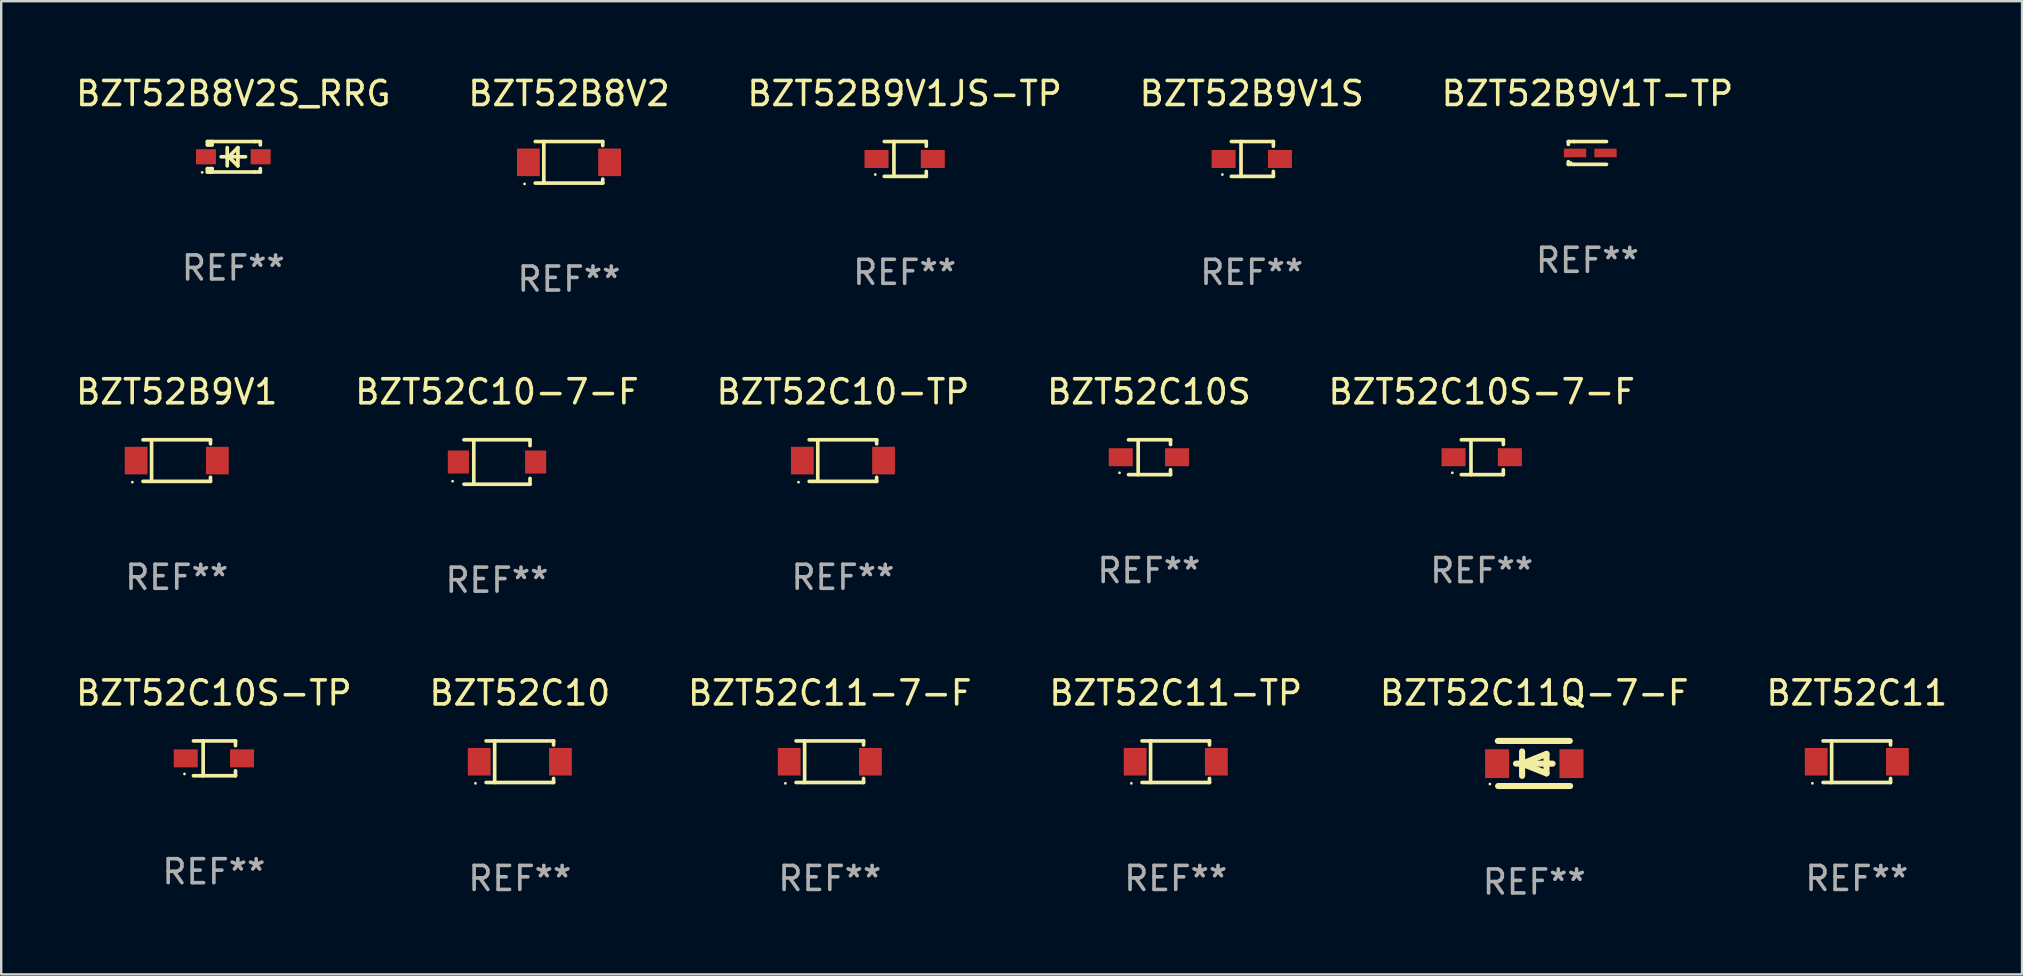
<source format=kicad_pcb>
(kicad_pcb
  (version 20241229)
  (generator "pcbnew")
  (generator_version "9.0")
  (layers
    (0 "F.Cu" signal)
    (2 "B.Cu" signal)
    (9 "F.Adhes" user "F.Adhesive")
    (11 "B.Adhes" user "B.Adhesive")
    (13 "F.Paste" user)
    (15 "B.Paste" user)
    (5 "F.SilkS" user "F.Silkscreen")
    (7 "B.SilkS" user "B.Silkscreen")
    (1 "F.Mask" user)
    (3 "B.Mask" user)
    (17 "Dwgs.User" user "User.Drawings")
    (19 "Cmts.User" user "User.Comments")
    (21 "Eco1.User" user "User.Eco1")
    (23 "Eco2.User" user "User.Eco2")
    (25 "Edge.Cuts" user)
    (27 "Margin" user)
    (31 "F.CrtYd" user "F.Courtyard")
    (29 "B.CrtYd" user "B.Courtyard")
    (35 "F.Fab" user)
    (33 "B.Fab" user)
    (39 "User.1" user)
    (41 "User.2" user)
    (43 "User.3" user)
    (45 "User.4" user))
  (footprint "BZT52C10S-7-F"
    (layer "F.Cu")
    (at 58.696 16.003)
    (property "Reference" "BZT52C10S-7-F" (at 0 -2.726 0) (layer "F.SilkS") (effects (font (size 1 1) (thickness 0.15))))
    (attr through_hole)
    (fp_line (start -0.851 -0.726) (end 0.901 -0.726) (stroke (width 0.152) (type solid)) (layer "F.SilkS"))
    (fp_line (start -0.851 0.726) (end 0.901 0.726) (stroke (width 0.152) (type solid)) (layer "F.SilkS"))
    (fp_line (start -0.447 -0.726) (end -0.447 0.726) (stroke (width 0.152) (type solid)) (layer "F.SilkS"))
    (fp_line (start 0.901 -0.726) (end 0.901 -0.53) (stroke (width 0.152) (type solid)) (layer "F.SilkS"))
    (fp_line (start 0.901 0.726) (end 0.901 0.52) (stroke (width 0.152) (type solid)) (layer "F.SilkS"))
    (fp_circle (center -1.225 0.65) (end -1.195 0.65) (stroke (width 0.06) (type solid)) (fill no) (layer "F.SilkS"))
    (fp_text user "REF**" (at 0 4.726 0) (layer "F.Fab") (effects (font (size 1 1) (thickness 0.15))))
    (pad "1" smd rect (at -1.173 0) (size 1 0.75) (layers "F.Cu" "F.Mask" "F.Paste"))
    (pad "2" smd rect (at 1.173 0) (size 1 0.75) (layers "F.Cu" "F.Mask" "F.Paste")))
  (footprint "BZT52B9V1T-TP"
    (layer "F.Cu")
    (at 63.101 3.324)
    (property "Reference" "BZT52B9V1T-TP" (at 0 -2.476 0) (layer "F.SilkS") (effects (font (size 1 1) (thickness 0.15))))
    (attr through_hole)
    (fp_line (start -0.795 -0.476) (end -0.795 -0.356) (stroke (width 0.152) (type solid)) (layer "F.SilkS"))
    (fp_line (start -0.795 0.363) (end -0.795 0.476) (stroke (width 0.152) (type solid)) (layer "F.SilkS"))
    (fp_line (start -0.795 0.476) (end -0.557 0.476) (stroke (width 0.152) (type solid)) (layer "F.SilkS"))
    (fp_line (start -0.557 -0.476) (end -0.795 -0.476) (stroke (width 0.152) (type solid)) (layer "F.SilkS"))
    (fp_line (start -0.557 -0.476) (end 0.795 -0.476) (stroke (width 0.152) (type solid)) (layer "F.SilkS"))
    (fp_line (start -0.557 0.476) (end 0.795 0.476) (stroke (width 0.152) (type solid)) (layer "F.SilkS"))
    (fp_circle (center -0.681 0.4) (end -0.651 0.4) (stroke (width 0.06) (type solid)) (fill no) (layer "F.SilkS"))
    (fp_text user "REF**" (at 0 4.476 0) (layer "F.Fab") (effects (font (size 1 1) (thickness 0.15))))
    (pad "1" smd rect (at -0.516 0 180) (size 0.93 0.36) (layers "F.Cu" "F.Mask" "F.Paste"))
    (pad "2" smd rect (at 0.754 0 180) (size 0.93 0.36) (layers "F.Cu" "F.Mask" "F.Paste")))
  (footprint "BZT52C10-7-F"
    (layer "F.Cu")
    (at 17.661 16.203)
    (property "Reference" "BZT52C10-7-F" (at 0 -2.926 0) (layer "F.SilkS") (effects (font (size 1 1) (thickness 0.15))))
    (attr through_hole)
    (fp_line (start -1.376 -0.926) (end 1.376 -0.926) (stroke (width 0.152) (type solid)) (layer "F.SilkS"))
    (fp_line (start -1.376 0.926) (end 1.376 0.926) (stroke (width 0.152) (type solid)) (layer "F.SilkS"))
    (fp_line (start -0.967 -0.926) (end -0.967 0.926) (stroke (width 0.152) (type solid)) (layer "F.SilkS"))
    (fp_line (start 1.376 -0.926) (end 1.376 -0.683) (stroke (width 0.152) (type solid)) (layer "F.SilkS"))
    (fp_line (start 1.376 0.926) (end 1.376 0.683) (stroke (width 0.152) (type solid)) (layer "F.SilkS"))
    (fp_circle (center -1.85 0.8) (end -1.82 0.8) (stroke (width 0.06) (type solid)) (fill no) (layer "F.SilkS"))
    (fp_text user "REF**" (at 0 4.926 0) (layer "F.Fab") (effects (font (size 1 1) (thickness 0.15))))
    (pad "1" smd rect (at -1.61 0) (size 0.88 0.96) (layers "F.Cu" "F.Mask" "F.Paste"))
    (pad "2" smd rect (at 1.61 0) (size 0.88 0.96) (layers "F.Cu" "F.Mask" "F.Paste")))
  (footprint "BZT52B9V1JS-TP"
    (layer "F.Cu")
    (at 34.649 3.574)
    (property "Reference" "BZT52B9V1JS-TP" (at 0 -2.726 0) (layer "F.SilkS") (effects (font (size 1 1) (thickness 0.15))))
    (attr through_hole)
    (fp_line (start -0.851 -0.726) (end 0.901 -0.726) (stroke (width 0.152) (type solid)) (layer "F.SilkS"))
    (fp_line (start -0.851 0.726) (end 0.901 0.726) (stroke (width 0.152) (type solid)) (layer "F.SilkS"))
    (fp_line (start -0.447 -0.726) (end -0.447 0.726) (stroke (width 0.152) (type solid)) (layer "F.SilkS"))
    (fp_line (start 0.901 -0.726) (end 0.901 -0.53) (stroke (width 0.152) (type solid)) (layer "F.SilkS"))
    (fp_line (start 0.901 0.726) (end 0.901 0.52) (stroke (width 0.152) (type solid)) (layer "F.SilkS"))
    (fp_circle (center -1.225 0.65) (end -1.195 0.65) (stroke (width 0.06) (type solid)) (fill no) (layer "F.SilkS"))
    (fp_text user "REF**" (at 0 4.726 0) (layer "F.Fab") (effects (font (size 1 1) (thickness 0.15))))
    (pad "1" smd rect (at -1.173 0) (size 1 0.75) (layers "F.Cu" "F.Mask" "F.Paste"))
    (pad "2" smd rect (at 1.173 0) (size 1 0.75) (layers "F.Cu" "F.Mask" "F.Paste")))
  (footprint "BZT52B8V2"
    (layer "F.Cu")
    (at 20.661 3.714)
    (property "Reference" "BZT52B8V2" (at 0 -2.866 0) (layer "F.SilkS") (effects (font (size 1 1) (thickness 0.15))))
    (attr through_hole)
    (fp_line (start -1.406 -0.866) (end 1.406 -0.866) (stroke (width 0.152) (type solid)) (layer "F.SilkS"))
    (fp_line (start -1.406 0.866) (end 1.406 0.866) (stroke (width 0.152) (type solid)) (layer "F.SilkS"))
    (fp_line (start -1.049 -0.866) (end -1.049 0.866) (stroke (width 0.152) (type solid)) (layer "F.SilkS"))
    (fp_line (start 1.406 -0.866) (end 1.406 -0.698) (stroke (width 0.152) (type solid)) (layer "F.SilkS"))
    (fp_line (start 1.406 0.866) (end 1.406 0.698) (stroke (width 0.152) (type solid)) (layer "F.SilkS"))
    (fp_circle (center -1.851 0.9) (end -1.821 0.9) (stroke (width 0.06) (type solid)) (fill no) (layer "F.SilkS"))
    (fp_text user "REF**" (at 0 4.866 0) (layer "F.Fab") (effects (font (size 1 1) (thickness 0.15))))
    (pad "1" smd rect (at -1.692 0) (size 0.95 1.15) (layers "F.Cu" "F.Mask" "F.Paste"))
    (pad "2" smd rect (at 1.692 0) (size 0.95 1.15) (layers "F.Cu" "F.Mask" "F.Paste")))
  (footprint "BZT52C11-7-F"
    (layer "F.Cu")
    (at 31.53 28.692)
    (property "Reference" "BZT52C11-7-F" (at 0 -2.866 0) (layer "F.SilkS") (effects (font (size 1 1) (thickness 0.15))))
    (attr through_hole)
    (fp_line (start -1.406 -0.866) (end 1.406 -0.866) (stroke (width 0.152) (type solid)) (layer "F.SilkS"))
    (fp_line (start -1.406 0.866) (end 1.406 0.866) (stroke (width 0.152) (type solid)) (layer "F.SilkS"))
    (fp_line (start -1.049 -0.866) (end -1.049 0.866) (stroke (width 0.152) (type solid)) (layer "F.SilkS"))
    (fp_line (start 1.406 -0.866) (end 1.406 -0.698) (stroke (width 0.152) (type solid)) (layer "F.SilkS"))
    (fp_line (start 1.406 0.866) (end 1.406 0.698) (stroke (width 0.152) (type solid)) (layer "F.SilkS"))
    (fp_circle (center -1.851 0.9) (end -1.821 0.9) (stroke (width 0.06) (type solid)) (fill no) (layer "F.SilkS"))
    (fp_text user "REF**" (at 0 4.866 0) (layer "F.Fab") (effects (font (size 1 1) (thickness 0.15))))
    (pad "1" smd rect (at -1.692 0) (size 0.95 1.15) (layers "F.Cu" "F.Mask" "F.Paste"))
    (pad "2" smd rect (at 1.692 0) (size 0.95 1.15) (layers "F.Cu" "F.Mask" "F.Paste")))
  (footprint "BZT52C10-TP"
    (layer "F.Cu")
    (at 32.077 16.143)
    (property "Reference" "BZT52C10-TP" (at 0 -2.866 0) (layer "F.SilkS") (effects (font (size 1 1) (thickness 0.15))))
    (attr through_hole)
    (fp_line (start -1.406 -0.866) (end 1.406 -0.866) (stroke (width 0.152) (type solid)) (layer "F.SilkS"))
    (fp_line (start -1.406 0.866) (end 1.406 0.866) (stroke (width 0.152) (type solid)) (layer "F.SilkS"))
    (fp_line (start -1.049 -0.866) (end -1.049 0.866) (stroke (width 0.152) (type solid)) (layer "F.SilkS"))
    (fp_line (start 1.406 -0.866) (end 1.406 -0.698) (stroke (width 0.152) (type solid)) (layer "F.SilkS"))
    (fp_line (start 1.406 0.866) (end 1.406 0.698) (stroke (width 0.152) (type solid)) (layer "F.SilkS"))
    (fp_circle (center -1.851 0.9) (end -1.821 0.9) (stroke (width 0.06) (type solid)) (fill no) (layer "F.SilkS"))
    (fp_text user "REF**" (at 0 4.866 0) (layer "F.Fab") (effects (font (size 1 1) (thickness 0.15))))
    (pad "1" smd rect (at -1.692 0) (size 0.95 1.15) (layers "F.Cu" "F.Mask" "F.Paste"))
    (pad "2" smd rect (at 1.692 0) (size 0.95 1.15) (layers "F.Cu" "F.Mask" "F.Paste")))
  (footprint "BZT52B9V1S"
    (layer "F.Cu")
    (at 49.113 3.574)
    (property "Reference" "BZT52B9V1S" (at 0 -2.726 0) (layer "F.SilkS") (effects (font (size 1 1) (thickness 0.15))))
    (attr through_hole)
    (fp_line (start -0.851 -0.726) (end 0.901 -0.726) (stroke (width 0.152) (type solid)) (layer "F.SilkS"))
    (fp_line (start -0.851 0.726) (end 0.901 0.726) (stroke (width 0.152) (type solid)) (layer "F.SilkS"))
    (fp_line (start -0.447 -0.726) (end -0.447 0.726) (stroke (width 0.152) (type solid)) (layer "F.SilkS"))
    (fp_line (start 0.901 -0.726) (end 0.901 -0.53) (stroke (width 0.152) (type solid)) (layer "F.SilkS"))
    (fp_line (start 0.901 0.726) (end 0.901 0.52) (stroke (width 0.152) (type solid)) (layer "F.SilkS"))
    (fp_circle (center -1.225 0.65) (end -1.195 0.65) (stroke (width 0.06) (type solid)) (fill no) (layer "F.SilkS"))
    (fp_text user "REF**" (at 0 4.726 0) (layer "F.Fab") (effects (font (size 1 1) (thickness 0.15))))
    (pad "1" smd rect (at -1.173 0) (size 1 0.75) (layers "F.Cu" "F.Mask" "F.Paste"))
    (pad "2" smd rect (at 1.173 0) (size 1 0.75) (layers "F.Cu" "F.Mask" "F.Paste")))
  (footprint "BZT52C11Q-7-F"
    (layer "F.Cu")
    (at 60.887 28.766)
    (property "Reference" "BZT52C11Q-7-F" (at 0 -2.94 0) (layer "F.SilkS") (effects (font (size 1 1) (thickness 0.15))))
    (attr through_hole)
    (fp_line (start -1.52 -0.94) (end 1.48 -0.94) (stroke (width 0.254) (type solid)) (layer "F.SilkS"))
    (fp_line (start -1.507 0.94) (end 1.493 0.94) (stroke (width 0.254) (type solid)) (layer "F.SilkS"))
    (fp_line (start -0.762 0.007) (end 0.762 0.007) (stroke (width 0.254) (type solid)) (layer "F.SilkS"))
    (fp_line (start -0.508 -0.501) (end -0.508 0.515) (stroke (width 0.254) (type solid)) (layer "F.SilkS"))
    (fp_line (start -0.508 0.007) (end 0.508 -0.4) (stroke (width 0.254) (type solid)) (layer "F.SilkS"))
    (fp_line (start 0.508 -0.4) (end 0.508 0.413) (stroke (width 0.254) (type solid)) (layer "F.SilkS"))
    (fp_line (start 0.508 0.413) (end -0.508 0.007) (stroke (width 0.254) (type solid)) (layer "F.SilkS"))
    (fp_circle (center -1.85 0.857) (end -1.82 0.857) (stroke (width 0.06) (type solid)) (fill no) (layer "F.SilkS"))
    (fp_text user "REF**" (at 0 4.94 0) (layer "F.Fab") (effects (font (size 1 1) (thickness 0.15))))
    (pad "1" smd rect (at -1.55 0.007) (size 1 1.2) (layers "F.Cu" "F.Mask" "F.Paste"))
    (pad "2" smd rect (at 1.55 0.007) (size 1 1.2) (layers "F.Cu" "F.Mask" "F.Paste")))
  (footprint "BZT52B8V2S_RRG"
    (layer "F.Cu")
    (at 6.673 3.483)
    (property "Reference" "BZT52B8V2S_RRG" (at 0 -2.635 0) (layer "F.SilkS") (effects (font (size 1 1) (thickness 0.15))))
    (attr through_hole)
    (fp_line (start -1.08 -0.635) (end -1.08 -0.495) (stroke (width 0.152) (type solid)) (layer "F.SilkS"))
    (fp_line (start -1.08 0.495) (end -1.08 0.635) (stroke (width 0.152) (type solid)) (layer "F.SilkS"))
    (fp_line (start -1.08 0.495) (end -0.889 0.495) (stroke (width 0.152) (type solid)) (layer "F.SilkS"))
    (fp_line (start -1.08 0.635) (end -0.889 0.635) (stroke (width 0.152) (type solid)) (layer "F.SilkS"))
    (fp_line (start -1.003 0.635) (end -0.986 0.635) (stroke (width 0.152) (type solid)) (layer "F.SilkS"))
    (fp_line (start -0.986 -0.495) (end -0.986 -0.635) (stroke (width 0.152) (type solid)) (layer "F.SilkS"))
    (fp_line (start -0.986 0.635) (end -0.986 0.495) (stroke (width 0.152) (type solid)) (layer "F.SilkS"))
    (fp_line (start -0.889 -0.635) (end -1.08 -0.635) (stroke (width 0.152) (type solid)) (layer "F.SilkS"))
    (fp_line (start -0.889 -0.635) (end -0.889 -0.595) (stroke (width 0.152) (type solid)) (layer "F.SilkS"))
    (fp_line (start -0.889 -0.635) (end 0.889 -0.635) (stroke (width 0.152) (type solid)) (layer "F.SilkS"))
    (fp_line (start -0.889 -0.595) (end -0.889 -0.495) (stroke (width 0.152) (type solid)) (layer "F.SilkS"))
    (fp_line (start -0.889 -0.495) (end -1.08 -0.495) (stroke (width 0.152) (type solid)) (layer "F.SilkS"))
    (fp_line (start -0.889 0.495) (end -0.889 0.595) (stroke (width 0.152) (type solid)) (layer "F.SilkS"))
    (fp_line (start -0.889 0.495) (end -0.889 0.495) (stroke (width 0.152) (type solid)) (layer "F.SilkS"))
    (fp_line (start -0.889 0.595) (end -0.889 0.635) (stroke (width 0.152) (type solid)) (layer "F.SilkS"))
    (fp_line (start -0.889 0.635) (end 0.889 0.635) (stroke (width 0.152) (type solid)) (layer "F.SilkS"))
    (fp_line (start -0.254 -0.381) (end -0.254 0.381) (stroke (width 0.152) (type solid)) (layer "F.SilkS"))
    (fp_line (start -0.191 0) (end -0.191 0) (stroke (width 0.152) (type solid)) (layer "F.SilkS"))
    (fp_line (start -0.191 0) (end 0.191 -0.381) (stroke (width 0.152) (type solid)) (layer "F.SilkS"))
    (fp_line (start 0.191 -0.381) (end 0.191 0.381) (stroke (width 0.152) (type solid)) (layer "F.SilkS"))
    (fp_line (start 0.191 0.381) (end -0.191 0) (stroke (width 0.152) (type solid)) (layer "F.SilkS"))
    (fp_line (start 0.508 0) (end -0.508 0) (stroke (width 0.152) (type solid)) (layer "F.SilkS"))
    (fp_line (start 0.889 -0.635) (end 1.125 -0.635) (stroke (width 0.152) (type solid)) (layer "F.SilkS"))
    (fp_line (start 1.125 -0.635) (end 1.125 -0.495) (stroke (width 0.152) (type solid)) (layer "F.SilkS"))
    (fp_line (start 1.125 0.495) (end 1.125 0.635) (stroke (width 0.152) (type solid)) (layer "F.SilkS"))
    (fp_line (start 1.125 0.635) (end 0.889 0.635) (stroke (width 0.152) (type solid)) (layer "F.SilkS"))
    (fp_circle (center -1.3 0.65) (end -1.27 0.65) (stroke (width 0.06) (type solid)) (fill no) (layer "F.SilkS"))
    (fp_text user "REF**" (at 0 4.635 0) (layer "F.Fab") (effects (font (size 1 1) (thickness 0.15))))
    (pad "1" smd rect (at -1.14 0 90) (size 0.63 0.83) (layers "F.Cu" "F.Mask" "F.Paste"))
    (pad "2" smd rect (at 1.14 0 90) (size 0.63 0.83) (layers "F.Cu" "F.Mask" "F.Paste")))
  (footprint "BZT52C10"
    (layer "F.Cu")
    (at 18.613 28.692)
    (property "Reference" "BZT52C10" (at 0 -2.866 0) (layer "F.SilkS") (effects (font (size 1 1) (thickness 0.15))))
    (attr through_hole)
    (fp_line (start -1.406 -0.866) (end 1.406 -0.866) (stroke (width 0.152) (type solid)) (layer "F.SilkS"))
    (fp_line (start -1.406 0.866) (end 1.406 0.866) (stroke (width 0.152) (type solid)) (layer "F.SilkS"))
    (fp_line (start -1.049 -0.866) (end -1.049 0.866) (stroke (width 0.152) (type solid)) (layer "F.SilkS"))
    (fp_line (start 1.406 -0.866) (end 1.406 -0.698) (stroke (width 0.152) (type solid)) (layer "F.SilkS"))
    (fp_line (start 1.406 0.866) (end 1.406 0.698) (stroke (width 0.152) (type solid)) (layer "F.SilkS"))
    (fp_circle (center -1.851 0.9) (end -1.821 0.9) (stroke (width 0.06) (type solid)) (fill no) (layer "F.SilkS"))
    (fp_text user "REF**" (at 0 4.866 0) (layer "F.Fab") (effects (font (size 1 1) (thickness 0.15))))
    (pad "1" smd rect (at -1.692 0) (size 0.95 1.15) (layers "F.Cu" "F.Mask" "F.Paste"))
    (pad "2" smd rect (at 1.692 0) (size 0.95 1.15) (layers "F.Cu" "F.Mask" "F.Paste")))
  (footprint "BZT52C10S"
    (layer "F.Cu")
    (at 44.827 16.003)
    (property "Reference" "BZT52C10S" (at 0 -2.726 0) (layer "F.SilkS") (effects (font (size 1 1) (thickness 0.15))))
    (attr through_hole)
    (fp_line (start -0.851 -0.726) (end 0.901 -0.726) (stroke (width 0.152) (type solid)) (layer "F.SilkS"))
    (fp_line (start -0.851 0.726) (end 0.901 0.726) (stroke (width 0.152) (type solid)) (layer "F.SilkS"))
    (fp_line (start -0.447 -0.726) (end -0.447 0.726) (stroke (width 0.152) (type solid)) (layer "F.SilkS"))
    (fp_line (start 0.901 -0.726) (end 0.901 -0.53) (stroke (width 0.152) (type solid)) (layer "F.SilkS"))
    (fp_line (start 0.901 0.726) (end 0.901 0.52) (stroke (width 0.152) (type solid)) (layer "F.SilkS"))
    (fp_circle (center -1.225 0.65) (end -1.195 0.65) (stroke (width 0.06) (type solid)) (fill no) (layer "F.SilkS"))
    (fp_text user "REF**" (at 0 4.726 0) (layer "F.Fab") (effects (font (size 1 1) (thickness 0.15))))
    (pad "1" smd rect (at -1.173 0) (size 1 0.75) (layers "F.Cu" "F.Mask" "F.Paste"))
    (pad "2" smd rect (at 1.173 0) (size 1 0.75) (layers "F.Cu" "F.Mask" "F.Paste")))
  (footprint "BZT52C11"
    (layer "F.Cu")
    (at 74.327 28.692)
    (property "Reference" "BZT52C11" (at 0 -2.866 0) (layer "F.SilkS") (effects (font (size 1 1) (thickness 0.15))))
    (attr through_hole)
    (fp_line (start -1.406 -0.866) (end 1.406 -0.866) (stroke (width 0.152) (type solid)) (layer "F.SilkS"))
    (fp_line (start -1.406 0.866) (end 1.406 0.866) (stroke (width 0.152) (type solid)) (layer "F.SilkS"))
    (fp_line (start -1.049 -0.866) (end -1.049 0.866) (stroke (width 0.152) (type solid)) (layer "F.SilkS"))
    (fp_line (start 1.406 -0.866) (end 1.406 -0.698) (stroke (width 0.152) (type solid)) (layer "F.SilkS"))
    (fp_line (start 1.406 0.866) (end 1.406 0.698) (stroke (width 0.152) (type solid)) (layer "F.SilkS"))
    (fp_circle (center -1.851 0.9) (end -1.821 0.9) (stroke (width 0.06) (type solid)) (fill no) (layer "F.SilkS"))
    (fp_text user "REF**" (at 0 4.866 0) (layer "F.Fab") (effects (font (size 1 1) (thickness 0.15))))
    (pad "1" smd rect (at -1.692 0) (size 0.95 1.15) (layers "F.Cu" "F.Mask" "F.Paste"))
    (pad "2" smd rect (at 1.692 0) (size 0.95 1.15) (layers "F.Cu" "F.Mask" "F.Paste")))
  (footprint "BZT52C10S-TP"
    (layer "F.Cu")
    (at 5.863 28.552)
    (property "Reference" "BZT52C10S-TP" (at 0 -2.726 0) (layer "F.SilkS") (effects (font (size 1 1) (thickness 0.15))))
    (attr through_hole)
    (fp_line (start -0.851 -0.726) (end 0.901 -0.726) (stroke (width 0.152) (type solid)) (layer "F.SilkS"))
    (fp_line (start -0.851 0.726) (end 0.901 0.726) (stroke (width 0.152) (type solid)) (layer "F.SilkS"))
    (fp_line (start -0.447 -0.726) (end -0.447 0.726) (stroke (width 0.152) (type solid)) (layer "F.SilkS"))
    (fp_line (start 0.901 -0.726) (end 0.901 -0.53) (stroke (width 0.152) (type solid)) (layer "F.SilkS"))
    (fp_line (start 0.901 0.726) (end 0.901 0.52) (stroke (width 0.152) (type solid)) (layer "F.SilkS"))
    (fp_circle (center -1.225 0.65) (end -1.195 0.65) (stroke (width 0.06) (type solid)) (fill no) (layer "F.SilkS"))
    (fp_text user "REF**" (at 0 4.726 0) (layer "F.Fab") (effects (font (size 1 1) (thickness 0.15))))
    (pad "1" smd rect (at -1.173 0) (size 1 0.75) (layers "F.Cu" "F.Mask" "F.Paste"))
    (pad "2" smd rect (at 1.173 0) (size 1 0.75) (layers "F.Cu" "F.Mask" "F.Paste")))
  (footprint "BZT52B9V1"
    (layer "F.Cu")
    (at 4.315 16.143)
    (property "Reference" "BZT52B9V1" (at 0 -2.866 0) (layer "F.SilkS") (effects (font (size 1 1) (thickness 0.15))))
    (attr through_hole)
    (fp_line (start -1.406 -0.866) (end 1.406 -0.866) (stroke (width 0.152) (type solid)) (layer "F.SilkS"))
    (fp_line (start -1.406 0.866) (end 1.406 0.866) (stroke (width 0.152) (type solid)) (layer "F.SilkS"))
    (fp_line (start -1.049 -0.866) (end -1.049 0.866) (stroke (width 0.152) (type solid)) (layer "F.SilkS"))
    (fp_line (start 1.406 -0.866) (end 1.406 -0.698) (stroke (width 0.152) (type solid)) (layer "F.SilkS"))
    (fp_line (start 1.406 0.866) (end 1.406 0.698) (stroke (width 0.152) (type solid)) (layer "F.SilkS"))
    (fp_circle (center -1.851 0.9) (end -1.821 0.9) (stroke (width 0.06) (type solid)) (fill no) (layer "F.SilkS"))
    (fp_text user "REF**" (at 0 4.866 0) (layer "F.Fab") (effects (font (size 1 1) (thickness 0.15))))
    (pad "1" smd rect (at -1.692 0) (size 0.95 1.15) (layers "F.Cu" "F.Mask" "F.Paste"))
    (pad "2" smd rect (at 1.692 0) (size 0.95 1.15) (layers "F.Cu" "F.Mask" "F.Paste")))
  (footprint "BZT52C11-TP"
    (layer "F.Cu")
    (at 45.946 28.692)
    (property "Reference" "BZT52C11-TP" (at 0 -2.866 0) (layer "F.SilkS") (effects (font (size 1 1) (thickness 0.15))))
    (attr through_hole)
    (fp_line (start -1.406 -0.866) (end 1.406 -0.866) (stroke (width 0.152) (type solid)) (layer "F.SilkS"))
    (fp_line (start -1.406 0.866) (end 1.406 0.866) (stroke (width 0.152) (type solid)) (layer "F.SilkS"))
    (fp_line (start -1.049 -0.866) (end -1.049 0.866) (stroke (width 0.152) (type solid)) (layer "F.SilkS"))
    (fp_line (start 1.406 -0.866) (end 1.406 -0.698) (stroke (width 0.152) (type solid)) (layer "F.SilkS"))
    (fp_line (start 1.406 0.866) (end 1.406 0.698) (stroke (width 0.152) (type solid)) (layer "F.SilkS"))
    (fp_circle (center -1.851 0.9) (end -1.821 0.9) (stroke (width 0.06) (type solid)) (fill no) (layer "F.SilkS"))
    (fp_text user "REF**" (at 0 4.866 0) (layer "F.Fab") (effects (font (size 1 1) (thickness 0.15))))
    (pad "1" smd rect (at -1.692 0) (size 0.95 1.15) (layers "F.Cu" "F.Mask" "F.Paste"))
    (pad "2" smd rect (at 1.692 0) (size 0.95 1.15) (layers "F.Cu" "F.Mask" "F.Paste")))
  (gr_rect
    (start -3 -3)
    (end 81.214 37.554)
    (stroke (width 0.1) (type default))
    (fill no)
    (layer "Edge.Cuts")))
</source>
